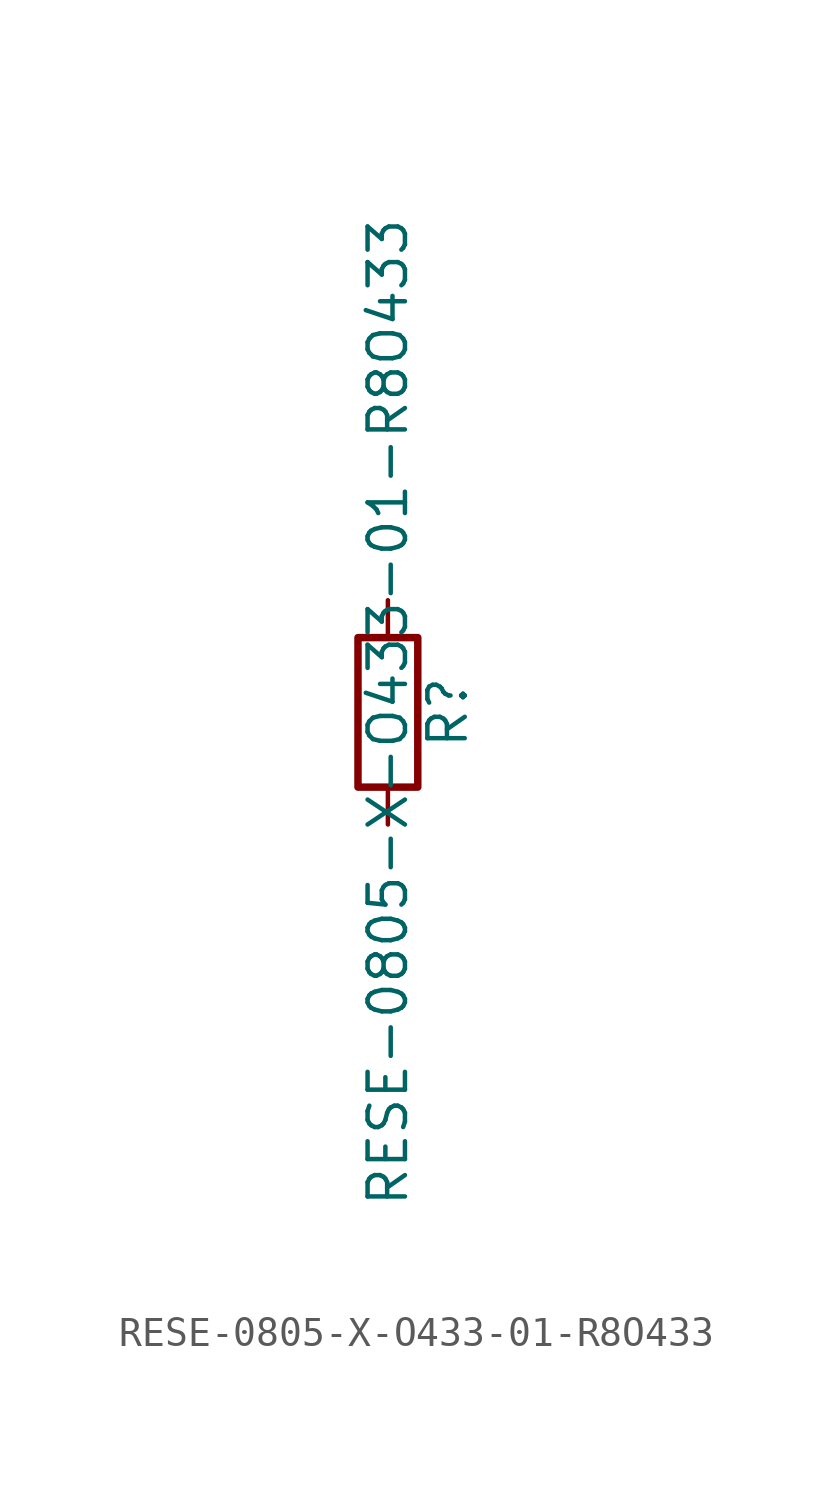
<source format=kicad_sym>
(kicad_symbol_lib
  (version 20211014)
  (generator kicad_symbol_editor)
  (symbol "RESE-0805-X-O433-01-R8O433"
    (pin_numbers hide)
    (pin_names
      (offset 0))
    (property "Reference" "R"
      (at 2.032 0 90)
      (effects (font (size 1.27 1.27))))
    (property "Value" "RESE-0805-X-O433-01-R8O433"
      (at 0 0 90)
      (effects (font (size 1.27 1.27))))
    (symbol "RESE-0805-X-O433-01-R8O433_0_1"
      (rectangle (start -1.016 -2.54) (end 1.016 2.54) (stroke (width 0.254) (type default) (color 0 0 0 0)) (fill (type none))))
    (symbol "RESE-0805-X-O433-01-R8O433_1_1"
      (pin passive line (at 0 3.81 270) (length 1.27) (name "~" (effects (font (size 1.27 1.27)))) (number "1" (effects (font (size 1.27 1.27)))))
      (pin passive line (at 0 -3.81 90) (length 1.27) (name "~" (effects (font (size 1.27 1.27)))) (number "2" (effects (font (size 1.27 1.27))))))))
</source>
